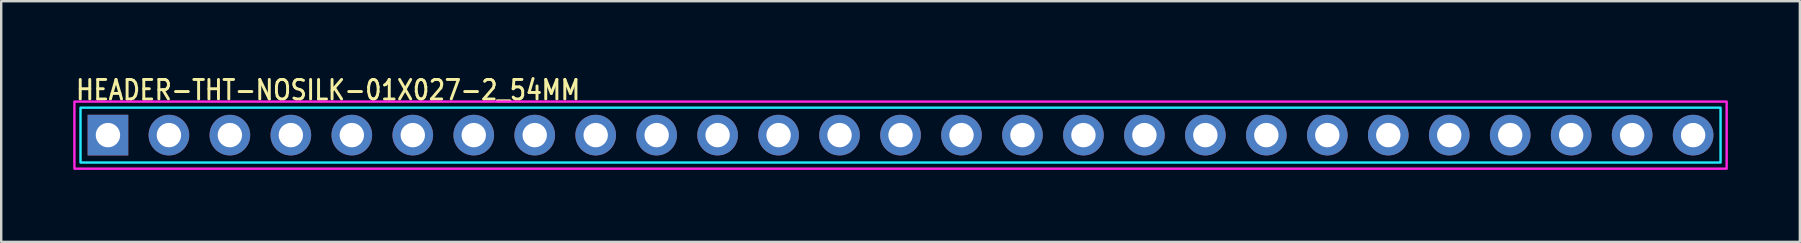
<source format=kicad_pcb>
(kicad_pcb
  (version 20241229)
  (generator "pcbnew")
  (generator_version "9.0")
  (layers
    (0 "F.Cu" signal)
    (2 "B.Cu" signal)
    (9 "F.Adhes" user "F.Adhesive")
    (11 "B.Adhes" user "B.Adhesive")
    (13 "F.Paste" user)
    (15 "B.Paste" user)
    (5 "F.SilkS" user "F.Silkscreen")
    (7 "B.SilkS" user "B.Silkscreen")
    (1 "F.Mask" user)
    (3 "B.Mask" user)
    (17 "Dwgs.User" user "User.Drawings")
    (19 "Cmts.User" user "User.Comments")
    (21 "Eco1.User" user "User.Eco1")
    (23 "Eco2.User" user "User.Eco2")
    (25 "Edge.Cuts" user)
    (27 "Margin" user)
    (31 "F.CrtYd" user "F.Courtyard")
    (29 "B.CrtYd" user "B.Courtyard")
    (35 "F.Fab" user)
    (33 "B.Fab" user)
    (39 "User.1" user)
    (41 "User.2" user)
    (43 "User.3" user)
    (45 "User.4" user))
  (footprint "HEADER-THT-NOSILK-01X027-2_54MM"
    (layer "F.Cu")
    (at 1.447 2.579)
    (property "Reference" "HEADER-THT-NOSILK-01X027-2_54MM" (at -1.4 -1.4 0) (unlocked yes) (layer "F.SilkS") (effects (font (size 0.813 0.695) (thickness 0.122)) (justify left bottom)))
    (fp_poly (pts (xy -1.143 -1.143) (xy 67.183 -1.143) (xy 67.183 1.143) (xy -1.143 1.143)) (stroke (width 0.1) (type solid)) (fill no) (layer "B.CrtYd"))
    (fp_poly (pts (xy -1.397 -1.397) (xy 67.437 -1.397) (xy 67.437 1.397) (xy -1.397 1.397)) (stroke (width 0.1) (type solid)) (fill no) (layer "F.CrtYd"))
    (pad "1" thru_hole rect (at 0 0) (size 1.693 1.693) (drill 1.016) (layers "*.Cu" "*.Mask"))
    (pad "2" thru_hole oval (at 2.54 0) (size 1.693 1.693) (drill 1.016) (layers "*.Cu" "*.Mask"))
    (pad "3" thru_hole oval (at 5.08 0) (size 1.693 1.693) (drill 1.016) (layers "*.Cu" "*.Mask"))
    (pad "4" thru_hole oval (at 7.62 0) (size 1.693 1.693) (drill 1.016) (layers "*.Cu" "*.Mask"))
    (pad "5" thru_hole oval (at 10.16 0) (size 1.693 1.693) (drill 1.016) (layers "*.Cu" "*.Mask"))
    (pad "6" thru_hole oval (at 12.7 0) (size 1.693 1.693) (drill 1.016) (layers "*.Cu" "*.Mask"))
    (pad "7" thru_hole oval (at 15.24 0) (size 1.693 1.693) (drill 1.016) (layers "*.Cu" "*.Mask"))
    (pad "8" thru_hole oval (at 17.78 0) (size 1.693 1.693) (drill 1.016) (layers "*.Cu" "*.Mask"))
    (pad "9" thru_hole oval (at 20.32 0) (size 1.693 1.693) (drill 1.016) (layers "*.Cu" "*.Mask"))
    (pad "10" thru_hole oval (at 22.86 0) (size 1.693 1.693) (drill 1.016) (layers "*.Cu" "*.Mask"))
    (pad "11" thru_hole oval (at 25.4 0) (size 1.693 1.693) (drill 1.016) (layers "*.Cu" "*.Mask"))
    (pad "12" thru_hole oval (at 27.94 0) (size 1.693 1.693) (drill 1.016) (layers "*.Cu" "*.Mask"))
    (pad "13" thru_hole oval (at 30.48 0) (size 1.693 1.693) (drill 1.016) (layers "*.Cu" "*.Mask"))
    (pad "14" thru_hole oval (at 33.02 0) (size 1.693 1.693) (drill 1.016) (layers "*.Cu" "*.Mask"))
    (pad "15" thru_hole oval (at 35.56 0) (size 1.693 1.693) (drill 1.016) (layers "*.Cu" "*.Mask"))
    (pad "16" thru_hole oval (at 38.1 0) (size 1.693 1.693) (drill 1.016) (layers "*.Cu" "*.Mask"))
    (pad "17" thru_hole oval (at 40.64 0) (size 1.693 1.693) (drill 1.016) (layers "*.Cu" "*.Mask"))
    (pad "18" thru_hole oval (at 43.18 0) (size 1.693 1.693) (drill 1.016) (layers "*.Cu" "*.Mask"))
    (pad "19" thru_hole oval (at 45.72 0) (size 1.693 1.693) (drill 1.016) (layers "*.Cu" "*.Mask"))
    (pad "20" thru_hole oval (at 48.26 0) (size 1.693 1.693) (drill 1.016) (layers "*.Cu" "*.Mask"))
    (pad "21" thru_hole oval (at 50.8 0) (size 1.693 1.693) (drill 1.016) (layers "*.Cu" "*.Mask"))
    (pad "22" thru_hole oval (at 53.34 0) (size 1.693 1.693) (drill 1.016) (layers "*.Cu" "*.Mask"))
    (pad "23" thru_hole oval (at 55.88 0) (size 1.693 1.693) (drill 1.016) (layers "*.Cu" "*.Mask"))
    (pad "24" thru_hole oval (at 58.42 0) (size 1.693 1.693) (drill 1.016) (layers "*.Cu" "*.Mask"))
    (pad "25" thru_hole oval (at 60.96 0) (size 1.693 1.693) (drill 1.016) (layers "*.Cu" "*.Mask"))
    (pad "26" thru_hole oval (at 63.5 0) (size 1.693 1.693) (drill 1.016) (layers "*.Cu" "*.Mask"))
    (pad "27" thru_hole oval (at 66.04 0) (size 1.693 1.693) (drill 1.016) (layers "*.Cu" "*.Mask")))
  (gr_rect
    (start -3 -3)
    (end 71.934 7.026)
    (stroke (width 0.1) (type default))
    (fill no)
    (layer "Edge.Cuts")))
</source>
